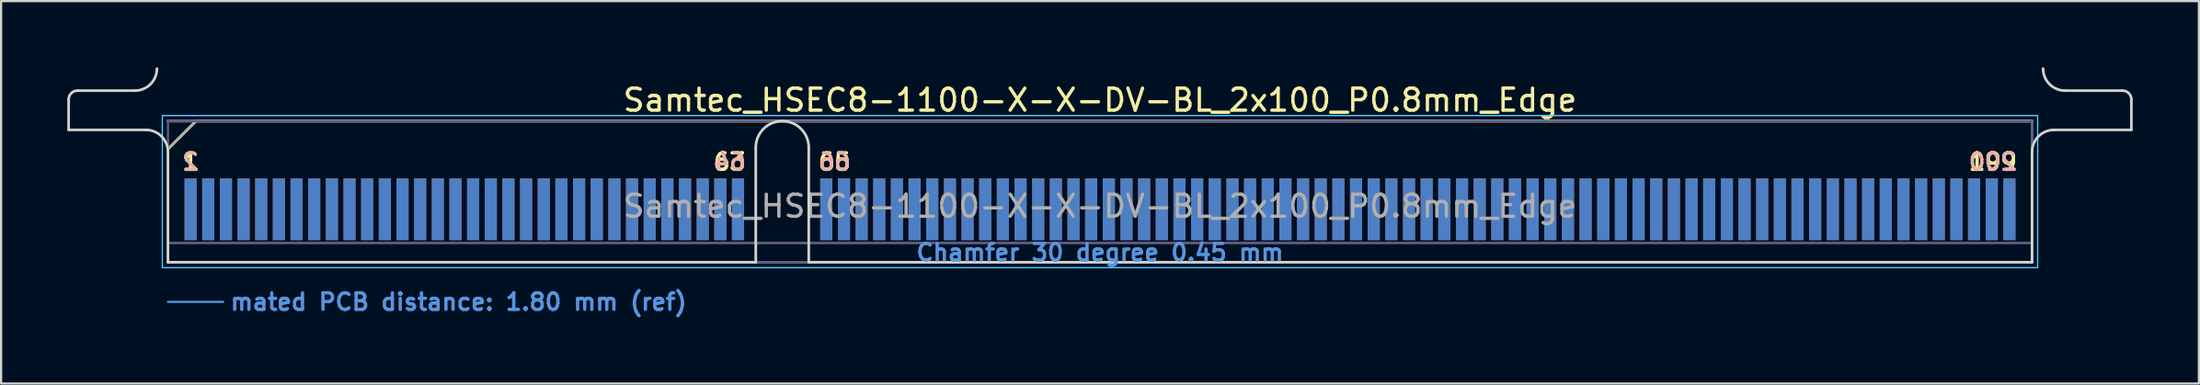
<source format=kicad_pcb>
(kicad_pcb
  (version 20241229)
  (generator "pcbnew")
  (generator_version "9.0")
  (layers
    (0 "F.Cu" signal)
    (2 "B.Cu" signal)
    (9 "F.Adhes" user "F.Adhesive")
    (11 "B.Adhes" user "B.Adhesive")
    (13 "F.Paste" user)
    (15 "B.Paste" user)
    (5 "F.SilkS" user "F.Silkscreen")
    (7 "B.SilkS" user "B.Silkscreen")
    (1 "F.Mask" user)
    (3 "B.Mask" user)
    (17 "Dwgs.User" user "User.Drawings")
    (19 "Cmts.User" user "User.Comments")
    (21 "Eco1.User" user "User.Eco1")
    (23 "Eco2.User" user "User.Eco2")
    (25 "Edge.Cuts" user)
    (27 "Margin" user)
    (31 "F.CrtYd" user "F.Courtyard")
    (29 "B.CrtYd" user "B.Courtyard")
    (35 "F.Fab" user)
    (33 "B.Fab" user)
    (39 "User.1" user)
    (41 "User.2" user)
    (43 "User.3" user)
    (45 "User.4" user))
  (footprint "Samtec_HSEC8-1100-X-X-DV-BL_2x100_P0.8mm_Edge"
    (layer "F.Cu")
    (at 46.785 8.84)
    (property "Reference" "Samtec_HSEC8-1100-X-X-DV-BL_2x100_P0.8mm_Edge" (at 0 -7.35 0) (layer "F.SilkS") (effects (font (size 1 1) (thickness 0.15))))
    (attr exclude_from_pos_files exclude_from_bom)
    (fp_line (start -42.225 -5.13) (end -40.955 -6.4) (stroke (width 0.12) (type solid)) (layer "F.SilkS"))
    (fp_line (start -40.955 -6.4) (end 42.225 -6.4) (stroke (width 0.12) (type solid)) (layer "F.SilkS"))
    (fp_line (start -42.225 -6.4) (end -42.225 -6.4) (stroke (width 0.12) (type solid)) (layer "B.SilkS"))
    (fp_line (start -42.225 -6.4) (end 42.225 -6.4) (stroke (width 0.12) (type solid)) (layer "B.SilkS"))
    (fp_line (start -42.225 1.8) (end -39.725 1.8) (stroke (width 0.1) (type solid)) (layer "Cmts.User"))
    (fp_line (start -46.725 -6) (end -46.725 -7.38) (stroke (width 0.12) (type solid)) (layer "Edge.Cuts"))
    (fp_line (start -46.325 -7.78) (end -43.725 -7.78) (stroke (width 0.12) (type solid)) (layer "Edge.Cuts"))
    (fp_line (start -43.225 -6) (end -46.725 -6) (stroke (width 0.12) (type solid)) (layer "Edge.Cuts"))
    (fp_line (start -42.225 -5) (end -42.225 0) (stroke (width 0.12) (type solid)) (layer "Edge.Cuts"))
    (fp_line (start -42.225 0) (end -15.595 0) (stroke (width 0.12) (type solid)) (layer "Edge.Cuts"))
    (fp_line (start -15.595 0) (end -15.595 -5.2) (stroke (width 0.12) (type solid)) (layer "Edge.Cuts"))
    (fp_line (start -13.195 -5.2) (end -13.195 0) (stroke (width 0.12) (type solid)) (layer "Edge.Cuts"))
    (fp_line (start -13.195 0) (end 42.225 0) (stroke (width 0.12) (type solid)) (layer "Edge.Cuts"))
    (fp_line (start 42.225 0) (end 42.225 -5) (stroke (width 0.12) (type solid)) (layer "Edge.Cuts"))
    (fp_line (start 43.225 -6) (end 46.725 -6) (stroke (width 0.12) (type solid)) (layer "Edge.Cuts"))
    (fp_line (start 46.325 -7.78) (end 43.725 -7.78) (stroke (width 0.12) (type solid)) (layer "Edge.Cuts"))
    (fp_line (start 46.725 -6) (end 46.725 -7.38) (stroke (width 0.12) (type solid)) (layer "Edge.Cuts"))
    (fp_arc (start -46.725 -7.38) (mid -46.607843 -7.662843) (end -46.325 -7.78) (stroke (width 0.12) (type solid)) (layer "Edge.Cuts"))
    (fp_arc (start -43.225 -6) (mid -42.517893 -5.707107) (end -42.225 -5) (stroke (width 0.12) (type solid)) (layer "Edge.Cuts"))
    (fp_arc (start -42.725 -8.78) (mid -43.017893 -8.072893) (end -43.725 -7.78) (stroke (width 0.12) (type solid)) (layer "Edge.Cuts"))
    (fp_arc (start -15.595 -5.2) (mid -14.395 -6.4) (end -13.195 -5.2) (stroke (width 0.12) (type solid)) (layer "Edge.Cuts"))
    (fp_arc (start 42.225 -5) (mid 42.517893 -5.707107) (end 43.225 -6) (stroke (width 0.12) (type solid)) (layer "Edge.Cuts"))
    (fp_arc (start 43.725 -7.78) (mid 43.017893 -8.072893) (end 42.725 -8.78) (stroke (width 0.12) (type solid)) (layer "Edge.Cuts"))
    (fp_arc (start 46.325 -7.78) (mid 46.607843 -7.662843) (end 46.725 -7.38) (stroke (width 0.12) (type solid)) (layer "Edge.Cuts"))
    (fp_line (start -42.48 -6.65) (end -42.48 0.25) (stroke (width 0.05) (type solid)) (layer "B.CrtYd"))
    (fp_line (start -42.48 0.25) (end 42.48 0.25) (stroke (width 0.05) (type solid)) (layer "B.CrtYd"))
    (fp_line (start 42.48 -6.65) (end -42.48 -6.65) (stroke (width 0.05) (type solid)) (layer "B.CrtYd"))
    (fp_line (start 42.48 0.25) (end 42.48 -6.65) (stroke (width 0.05) (type solid)) (layer "B.CrtYd"))
    (fp_line (start -42.48 -6.65) (end -42.48 0.25) (stroke (width 0.05) (type solid)) (layer "F.CrtYd"))
    (fp_line (start -42.48 0.25) (end 42.48 0.25) (stroke (width 0.05) (type solid)) (layer "F.CrtYd"))
    (fp_line (start 42.48 -6.65) (end -42.48 -6.65) (stroke (width 0.05) (type solid)) (layer "F.CrtYd"))
    (fp_line (start 42.48 0.25) (end 42.48 -6.65) (stroke (width 0.05) (type solid)) (layer "F.CrtYd"))
    (fp_line (start -42.225 -6.4) (end -42.225 -6.4) (stroke (width 0.1) (type solid)) (layer "B.Fab"))
    (fp_line (start -42.225 -6.4) (end -42.225 0) (stroke (width 0.1) (type solid)) (layer "B.Fab"))
    (fp_line (start -42.225 -6.4) (end 42.225 -6.4) (stroke (width 0.1) (type solid)) (layer "B.Fab"))
    (fp_line (start -42.225 -0.88) (end 42.225 -0.88) (stroke (width 0.1) (type solid)) (layer "B.Fab"))
    (fp_line (start -42.225 0) (end 42.225 0) (stroke (width 0.1) (type solid)) (layer "B.Fab"))
    (fp_line (start 42.225 -6.4) (end 42.225 0) (stroke (width 0.1) (type solid)) (layer "B.Fab"))
    (fp_line (start -42.225 -5.13) (end -42.225 0) (stroke (width 0.1) (type solid)) (layer "F.Fab"))
    (fp_line (start -42.225 -5.13) (end -40.955 -6.4) (stroke (width 0.1) (type solid)) (layer "F.Fab"))
    (fp_line (start -42.225 -0.88) (end 42.225 -0.88) (stroke (width 0.1) (type solid)) (layer "F.Fab"))
    (fp_line (start -42.225 0) (end 42.225 0) (stroke (width 0.1) (type solid)) (layer "F.Fab"))
    (fp_line (start -40.955 -6.4) (end 42.225 -6.4) (stroke (width 0.1) (type solid)) (layer "F.Fab"))
    (fp_line (start 42.225 -6.4) (end 42.225 0) (stroke (width 0.1) (type solid)) (layer "F.Fab"))
    (fp_text user "63" (at -16.775 -4.55 0) (layer "F.SilkS") (effects (font (size 0.75 0.75) (thickness 0.15))))
    (fp_text user "65" (at -12.025 -4.55 0) (layer "F.SilkS") (effects (font (size 0.75 0.75) (thickness 0.15))))
    (fp_text user "199" (at 40.45 -4.55 0) (layer "F.SilkS") (effects (font (size 0.75 0.75) (thickness 0.15))))
    (fp_text user "1" (at -41.2 -4.55 0) (layer "F.SilkS") (effects (font (size 0.75 0.75) (thickness 0.15))))
    (fp_text user "2" (at -41.2 -4.55 0) (layer "B.SilkS") (effects (font (size 0.75 0.75) (thickness 0.15)) (justify mirror)))
    (fp_text user "64" (at -16.775 -4.55 0) (layer "B.SilkS") (effects (font (size 0.75 0.75) (thickness 0.15)) (justify mirror)))
    (fp_text user "66" (at -12.025 -4.55 0) (layer "B.SilkS") (effects (font (size 0.75 0.75) (thickness 0.15)) (justify mirror)))
    (fp_text user "200" (at 40.45 -4.55 0) (layer "B.SilkS") (effects (font (size 0.75 0.75) (thickness 0.15)) (justify mirror)))
    (fp_text user "mated PCB distance: 1.80 mm (ref)" (at -39.48 1.8 0) (layer "Cmts.User") (effects (font (size 0.75 0.75) (thickness 0.15)) (justify left)))
    (fp_text user "Chamfer 30 degree 0.45 mm" (at 0 -0.44 0) (layer "Cmts.User") (effects (font (size 0.75 0.75) (thickness 0.15))))
    (fp_text user "${REFERENCE}" (at 0 -2.54 0) (layer "F.Fab") (effects (font (size 1 1) (thickness 0.15))))
    (pad "1" connect rect (at -41.2 -2.4) (size 0.55 2.8) (layers "F.Cu" "F.Mask"))
    (pad "2" connect rect (at -41.2 -2.4) (size 0.55 2.8) (layers "B.Cu" "B.Mask"))
    (pad "3" connect rect (at -40.4 -2.4) (size 0.55 2.8) (layers "F.Cu" "F.Mask"))
    (pad "4" connect rect (at -40.4 -2.4) (size 0.55 2.8) (layers "B.Cu" "B.Mask"))
    (pad "5" connect rect (at -39.6 -2.4) (size 0.55 2.8) (layers "F.Cu" "F.Mask"))
    (pad "6" connect rect (at -39.6 -2.4) (size 0.55 2.8) (layers "B.Cu" "B.Mask"))
    (pad "7" connect rect (at -38.8 -2.4) (size 0.55 2.8) (layers "F.Cu" "F.Mask"))
    (pad "8" connect rect (at -38.8 -2.4) (size 0.55 2.8) (layers "B.Cu" "B.Mask"))
    (pad "9" connect rect (at -38 -2.4) (size 0.55 2.8) (layers "F.Cu" "F.Mask"))
    (pad "10" connect rect (at -38 -2.4) (size 0.55 2.8) (layers "B.Cu" "B.Mask"))
    (pad "11" connect rect (at -37.2 -2.4) (size 0.55 2.8) (layers "F.Cu" "F.Mask"))
    (pad "12" connect rect (at -37.2 -2.4) (size 0.55 2.8) (layers "B.Cu" "B.Mask"))
    (pad "13" connect rect (at -36.4 -2.4) (size 0.55 2.8) (layers "F.Cu" "F.Mask"))
    (pad "14" connect rect (at -36.4 -2.4) (size 0.55 2.8) (layers "B.Cu" "B.Mask"))
    (pad "15" connect rect (at -35.6 -2.4) (size 0.55 2.8) (layers "F.Cu" "F.Mask"))
    (pad "16" connect rect (at -35.6 -2.4) (size 0.55 2.8) (layers "B.Cu" "B.Mask"))
    (pad "17" connect rect (at -34.8 -2.4) (size 0.55 2.8) (layers "F.Cu" "F.Mask"))
    (pad "18" connect rect (at -34.8 -2.4) (size 0.55 2.8) (layers "B.Cu" "B.Mask"))
    (pad "19" connect rect (at -34 -2.4) (size 0.55 2.8) (layers "F.Cu" "F.Mask"))
    (pad "20" connect rect (at -34 -2.4) (size 0.55 2.8) (layers "B.Cu" "B.Mask"))
    (pad "21" connect rect (at -33.2 -2.4) (size 0.55 2.8) (layers "F.Cu" "F.Mask"))
    (pad "22" connect rect (at -33.2 -2.4) (size 0.55 2.8) (layers "B.Cu" "B.Mask"))
    (pad "23" connect rect (at -32.4 -2.4) (size 0.55 2.8) (layers "F.Cu" "F.Mask"))
    (pad "24" connect rect (at -32.4 -2.4) (size 0.55 2.8) (layers "B.Cu" "B.Mask"))
    (pad "25" connect rect (at -31.6 -2.4) (size 0.55 2.8) (layers "F.Cu" "F.Mask"))
    (pad "26" connect rect (at -31.6 -2.4) (size 0.55 2.8) (layers "B.Cu" "B.Mask"))
    (pad "27" connect rect (at -30.8 -2.4) (size 0.55 2.8) (layers "F.Cu" "F.Mask"))
    (pad "28" connect rect (at -30.8 -2.4) (size 0.55 2.8) (layers "B.Cu" "B.Mask"))
    (pad "29" connect rect (at -30 -2.4) (size 0.55 2.8) (layers "F.Cu" "F.Mask"))
    (pad "30" connect rect (at -30 -2.4) (size 0.55 2.8) (layers "B.Cu" "B.Mask"))
    (pad "31" connect rect (at -29.2 -2.4) (size 0.55 2.8) (layers "F.Cu" "F.Mask"))
    (pad "32" connect rect (at -29.2 -2.4) (size 0.55 2.8) (layers "B.Cu" "B.Mask"))
    (pad "33" connect rect (at -28.4 -2.4) (size 0.55 2.8) (layers "F.Cu" "F.Mask"))
    (pad "34" connect rect (at -28.4 -2.4) (size 0.55 2.8) (layers "B.Cu" "B.Mask"))
    (pad "35" connect rect (at -27.6 -2.4) (size 0.55 2.8) (layers "F.Cu" "F.Mask"))
    (pad "36" connect rect (at -27.6 -2.4) (size 0.55 2.8) (layers "B.Cu" "B.Mask"))
    (pad "37" connect rect (at -26.8 -2.4) (size 0.55 2.8) (layers "F.Cu" "F.Mask"))
    (pad "38" connect rect (at -26.8 -2.4) (size 0.55 2.8) (layers "B.Cu" "B.Mask"))
    (pad "39" connect rect (at -26 -2.4) (size 0.55 2.8) (layers "F.Cu" "F.Mask"))
    (pad "40" connect rect (at -26 -2.4) (size 0.55 2.8) (layers "B.Cu" "B.Mask"))
    (pad "41" connect rect (at -25.2 -2.4) (size 0.55 2.8) (layers "F.Cu" "F.Mask"))
    (pad "42" connect rect (at -25.2 -2.4) (size 0.55 2.8) (layers "B.Cu" "B.Mask"))
    (pad "43" connect rect (at -24.4 -2.4) (size 0.55 2.8) (layers "F.Cu" "F.Mask"))
    (pad "44" connect rect (at -24.4 -2.4) (size 0.55 2.8) (layers "B.Cu" "B.Mask"))
    (pad "45" connect rect (at -23.6 -2.4) (size 0.55 2.8) (layers "F.Cu" "F.Mask"))
    (pad "46" connect rect (at -23.6 -2.4) (size 0.55 2.8) (layers "B.Cu" "B.Mask"))
    (pad "47" connect rect (at -22.8 -2.4) (size 0.55 2.8) (layers "F.Cu" "F.Mask"))
    (pad "48" connect rect (at -22.8 -2.4) (size 0.55 2.8) (layers "B.Cu" "B.Mask"))
    (pad "49" connect rect (at -22 -2.4) (size 0.55 2.8) (layers "F.Cu" "F.Mask"))
    (pad "50" connect rect (at -22 -2.4) (size 0.55 2.8) (layers "B.Cu" "B.Mask"))
    (pad "51" connect rect (at -21.2 -2.4) (size 0.55 2.8) (layers "F.Cu" "F.Mask"))
    (pad "52" connect rect (at -21.2 -2.4) (size 0.55 2.8) (layers "B.Cu" "B.Mask"))
    (pad "53" connect rect (at -20.4 -2.4) (size 0.55 2.8) (layers "F.Cu" "F.Mask"))
    (pad "54" connect rect (at -20.4 -2.4) (size 0.55 2.8) (layers "B.Cu" "B.Mask"))
    (pad "55" connect rect (at -19.6 -2.4) (size 0.55 2.8) (layers "F.Cu" "F.Mask"))
    (pad "56" connect rect (at -19.6 -2.4) (size 0.55 2.8) (layers "B.Cu" "B.Mask"))
    (pad "57" connect rect (at -18.8 -2.4) (size 0.55 2.8) (layers "F.Cu" "F.Mask"))
    (pad "58" connect rect (at -18.8 -2.4) (size 0.55 2.8) (layers "B.Cu" "B.Mask"))
    (pad "59" connect rect (at -18 -2.4) (size 0.55 2.8) (layers "F.Cu" "F.Mask"))
    (pad "60" connect rect (at -18 -2.4) (size 0.55 2.8) (layers "B.Cu" "B.Mask"))
    (pad "61" connect rect (at -17.2 -2.4) (size 0.55 2.8) (layers "F.Cu" "F.Mask"))
    (pad "62" connect rect (at -17.2 -2.4) (size 0.55 2.8) (layers "B.Cu" "B.Mask"))
    (pad "63" connect rect (at -16.4 -2.4) (size 0.55 2.8) (layers "F.Cu" "F.Mask"))
    (pad "64" connect rect (at -16.4 -2.4) (size 0.55 2.8) (layers "B.Cu" "B.Mask"))
    (pad "65" connect rect (at -12.4 -2.4) (size 0.55 2.8) (layers "F.Cu" "F.Mask"))
    (pad "66" connect rect (at -12.4 -2.4) (size 0.55 2.8) (layers "B.Cu" "B.Mask"))
    (pad "67" connect rect (at -11.6 -2.4) (size 0.55 2.8) (layers "F.Cu" "F.Mask"))
    (pad "68" connect rect (at -11.6 -2.4) (size 0.55 2.8) (layers "B.Cu" "B.Mask"))
    (pad "69" connect rect (at -10.8 -2.4) (size 0.55 2.8) (layers "F.Cu" "F.Mask"))
    (pad "70" connect rect (at -10.8 -2.4) (size 0.55 2.8) (layers "B.Cu" "B.Mask"))
    (pad "71" connect rect (at -10 -2.4) (size 0.55 2.8) (layers "F.Cu" "F.Mask"))
    (pad "72" connect rect (at -10 -2.4) (size 0.55 2.8) (layers "B.Cu" "B.Mask"))
    (pad "73" connect rect (at -9.2 -2.4) (size 0.55 2.8) (layers "F.Cu" "F.Mask"))
    (pad "74" connect rect (at -9.2 -2.4) (size 0.55 2.8) (layers "B.Cu" "B.Mask"))
    (pad "75" connect rect (at -8.4 -2.4) (size 0.55 2.8) (layers "F.Cu" "F.Mask"))
    (pad "76" connect rect (at -8.4 -2.4) (size 0.55 2.8) (layers "B.Cu" "B.Mask"))
    (pad "77" connect rect (at -7.6 -2.4) (size 0.55 2.8) (layers "F.Cu" "F.Mask"))
    (pad "78" connect rect (at -7.6 -2.4) (size 0.55 2.8) (layers "B.Cu" "B.Mask"))
    (pad "79" connect rect (at -6.8 -2.4) (size 0.55 2.8) (layers "F.Cu" "F.Mask"))
    (pad "80" connect rect (at -6.8 -2.4) (size 0.55 2.8) (layers "B.Cu" "B.Mask"))
    (pad "81" connect rect (at -6 -2.4) (size 0.55 2.8) (layers "F.Cu" "F.Mask"))
    (pad "82" connect rect (at -6 -2.4) (size 0.55 2.8) (layers "B.Cu" "B.Mask"))
    (pad "83" connect rect (at -5.2 -2.4) (size 0.55 2.8) (layers "F.Cu" "F.Mask"))
    (pad "84" connect rect (at -5.2 -2.4) (size 0.55 2.8) (layers "B.Cu" "B.Mask"))
    (pad "85" connect rect (at -4.4 -2.4) (size 0.55 2.8) (layers "F.Cu" "F.Mask"))
    (pad "86" connect rect (at -4.4 -2.4) (size 0.55 2.8) (layers "B.Cu" "B.Mask"))
    (pad "87" connect rect (at -3.6 -2.4) (size 0.55 2.8) (layers "F.Cu" "F.Mask"))
    (pad "88" connect rect (at -3.6 -2.4) (size 0.55 2.8) (layers "B.Cu" "B.Mask"))
    (pad "89" connect rect (at -2.8 -2.4) (size 0.55 2.8) (layers "F.Cu" "F.Mask"))
    (pad "90" connect rect (at -2.8 -2.4) (size 0.55 2.8) (layers "B.Cu" "B.Mask"))
    (pad "91" connect rect (at -2 -2.4) (size 0.55 2.8) (layers "F.Cu" "F.Mask"))
    (pad "92" connect rect (at -2 -2.4) (size 0.55 2.8) (layers "B.Cu" "B.Mask"))
    (pad "93" connect rect (at -1.2 -2.4) (size 0.55 2.8) (layers "F.Cu" "F.Mask"))
    (pad "94" connect rect (at -1.2 -2.4) (size 0.55 2.8) (layers "B.Cu" "B.Mask"))
    (pad "95" connect rect (at -0.4 -2.4) (size 0.55 2.8) (layers "F.Cu" "F.Mask"))
    (pad "96" connect rect (at -0.4 -2.4) (size 0.55 2.8) (layers "B.Cu" "B.Mask"))
    (pad "97" connect rect (at 0.4 -2.4) (size 0.55 2.8) (layers "F.Cu" "F.Mask"))
    (pad "98" connect rect (at 0.4 -2.4) (size 0.55 2.8) (layers "B.Cu" "B.Mask"))
    (pad "99" connect rect (at 1.2 -2.4) (size 0.55 2.8) (layers "F.Cu" "F.Mask"))
    (pad "100" connect rect (at 1.2 -2.4) (size 0.55 2.8) (layers "B.Cu" "B.Mask"))
    (pad "101" connect rect (at 2 -2.4) (size 0.55 2.8) (layers "F.Cu" "F.Mask"))
    (pad "102" connect rect (at 2 -2.4) (size 0.55 2.8) (layers "B.Cu" "B.Mask"))
    (pad "103" connect rect (at 2.8 -2.4) (size 0.55 2.8) (layers "F.Cu" "F.Mask"))
    (pad "104" connect rect (at 2.8 -2.4) (size 0.55 2.8) (layers "B.Cu" "B.Mask"))
    (pad "105" connect rect (at 3.6 -2.4) (size 0.55 2.8) (layers "F.Cu" "F.Mask"))
    (pad "106" connect rect (at 3.6 -2.4) (size 0.55 2.8) (layers "B.Cu" "B.Mask"))
    (pad "107" connect rect (at 4.4 -2.4) (size 0.55 2.8) (layers "F.Cu" "F.Mask"))
    (pad "108" connect rect (at 4.4 -2.4) (size 0.55 2.8) (layers "B.Cu" "B.Mask"))
    (pad "109" connect rect (at 5.2 -2.4) (size 0.55 2.8) (layers "F.Cu" "F.Mask"))
    (pad "110" connect rect (at 5.2 -2.4) (size 0.55 2.8) (layers "B.Cu" "B.Mask"))
    (pad "111" connect rect (at 6 -2.4) (size 0.55 2.8) (layers "F.Cu" "F.Mask"))
    (pad "112" connect rect (at 6 -2.4) (size 0.55 2.8) (layers "B.Cu" "B.Mask"))
    (pad "113" connect rect (at 6.8 -2.4) (size 0.55 2.8) (layers "F.Cu" "F.Mask"))
    (pad "114" connect rect (at 6.8 -2.4) (size 0.55 2.8) (layers "B.Cu" "B.Mask"))
    (pad "115" connect rect (at 7.6 -2.4) (size 0.55 2.8) (layers "F.Cu" "F.Mask"))
    (pad "116" connect rect (at 7.6 -2.4) (size 0.55 2.8) (layers "B.Cu" "B.Mask"))
    (pad "117" connect rect (at 8.4 -2.4) (size 0.55 2.8) (layers "F.Cu" "F.Mask"))
    (pad "118" connect rect (at 8.4 -2.4) (size 0.55 2.8) (layers "B.Cu" "B.Mask"))
    (pad "119" connect rect (at 9.2 -2.4) (size 0.55 2.8) (layers "F.Cu" "F.Mask"))
    (pad "120" connect rect (at 9.2 -2.4) (size 0.55 2.8) (layers "B.Cu" "B.Mask"))
    (pad "121" connect rect (at 10 -2.4) (size 0.55 2.8) (layers "F.Cu" "F.Mask"))
    (pad "122" connect rect (at 10 -2.4) (size 0.55 2.8) (layers "B.Cu" "B.Mask"))
    (pad "123" connect rect (at 10.8 -2.4) (size 0.55 2.8) (layers "F.Cu" "F.Mask"))
    (pad "124" connect rect (at 10.8 -2.4) (size 0.55 2.8) (layers "B.Cu" "B.Mask"))
    (pad "125" connect rect (at 11.6 -2.4) (size 0.55 2.8) (layers "F.Cu" "F.Mask"))
    (pad "126" connect rect (at 11.6 -2.4) (size 0.55 2.8) (layers "B.Cu" "B.Mask"))
    (pad "127" connect rect (at 12.4 -2.4) (size 0.55 2.8) (layers "F.Cu" "F.Mask"))
    (pad "128" connect rect (at 12.4 -2.4) (size 0.55 2.8) (layers "B.Cu" "B.Mask"))
    (pad "129" connect rect (at 13.2 -2.4) (size 0.55 2.8) (layers "F.Cu" "F.Mask"))
    (pad "130" connect rect (at 13.2 -2.4) (size 0.55 2.8) (layers "B.Cu" "B.Mask"))
    (pad "131" connect rect (at 14 -2.4) (size 0.55 2.8) (layers "F.Cu" "F.Mask"))
    (pad "132" connect rect (at 14 -2.4) (size 0.55 2.8) (layers "B.Cu" "B.Mask"))
    (pad "133" connect rect (at 14.8 -2.4) (size 0.55 2.8) (layers "F.Cu" "F.Mask"))
    (pad "134" connect rect (at 14.8 -2.4) (size 0.55 2.8) (layers "B.Cu" "B.Mask"))
    (pad "135" connect rect (at 15.6 -2.4) (size 0.55 2.8) (layers "F.Cu" "F.Mask"))
    (pad "136" connect rect (at 15.6 -2.4) (size 0.55 2.8) (layers "B.Cu" "B.Mask"))
    (pad "137" connect rect (at 16.4 -2.4) (size 0.55 2.8) (layers "F.Cu" "F.Mask"))
    (pad "138" connect rect (at 16.4 -2.4) (size 0.55 2.8) (layers "B.Cu" "B.Mask"))
    (pad "139" connect rect (at 17.2 -2.4) (size 0.55 2.8) (layers "F.Cu" "F.Mask"))
    (pad "140" connect rect (at 17.2 -2.4) (size 0.55 2.8) (layers "B.Cu" "B.Mask"))
    (pad "141" connect rect (at 18 -2.4) (size 0.55 2.8) (layers "F.Cu" "F.Mask"))
    (pad "142" connect rect (at 18 -2.4) (size 0.55 2.8) (layers "B.Cu" "B.Mask"))
    (pad "143" connect rect (at 18.8 -2.4) (size 0.55 2.8) (layers "F.Cu" "F.Mask"))
    (pad "144" connect rect (at 18.8 -2.4) (size 0.55 2.8) (layers "B.Cu" "B.Mask"))
    (pad "145" connect rect (at 19.6 -2.4) (size 0.55 2.8) (layers "F.Cu" "F.Mask"))
    (pad "146" connect rect (at 19.6 -2.4) (size 0.55 2.8) (layers "B.Cu" "B.Mask"))
    (pad "147" connect rect (at 20.4 -2.4) (size 0.55 2.8) (layers "F.Cu" "F.Mask"))
    (pad "148" connect rect (at 20.4 -2.4) (size 0.55 2.8) (layers "B.Cu" "B.Mask"))
    (pad "149" connect rect (at 21.2 -2.4) (size 0.55 2.8) (layers "F.Cu" "F.Mask"))
    (pad "150" connect rect (at 21.2 -2.4) (size 0.55 2.8) (layers "B.Cu" "B.Mask"))
    (pad "151" connect rect (at 22 -2.4) (size 0.55 2.8) (layers "F.Cu" "F.Mask"))
    (pad "152" connect rect (at 22 -2.4) (size 0.55 2.8) (layers "B.Cu" "B.Mask"))
    (pad "153" connect rect (at 22.8 -2.4) (size 0.55 2.8) (layers "F.Cu" "F.Mask"))
    (pad "154" connect rect (at 22.8 -2.4) (size 0.55 2.8) (layers "B.Cu" "B.Mask"))
    (pad "155" connect rect (at 23.6 -2.4) (size 0.55 2.8) (layers "F.Cu" "F.Mask"))
    (pad "156" connect rect (at 23.6 -2.4) (size 0.55 2.8) (layers "B.Cu" "B.Mask"))
    (pad "157" connect rect (at 24.4 -2.4) (size 0.55 2.8) (layers "F.Cu" "F.Mask"))
    (pad "158" connect rect (at 24.4 -2.4) (size 0.55 2.8) (layers "B.Cu" "B.Mask"))
    (pad "159" connect rect (at 25.2 -2.4) (size 0.55 2.8) (layers "F.Cu" "F.Mask"))
    (pad "160" connect rect (at 25.2 -2.4) (size 0.55 2.8) (layers "B.Cu" "B.Mask"))
    (pad "161" connect rect (at 26 -2.4) (size 0.55 2.8) (layers "F.Cu" "F.Mask"))
    (pad "162" connect rect (at 26 -2.4) (size 0.55 2.8) (layers "B.Cu" "B.Mask"))
    (pad "163" connect rect (at 26.8 -2.4) (size 0.55 2.8) (layers "F.Cu" "F.Mask"))
    (pad "164" connect rect (at 26.8 -2.4) (size 0.55 2.8) (layers "B.Cu" "B.Mask"))
    (pad "165" connect rect (at 27.6 -2.4) (size 0.55 2.8) (layers "F.Cu" "F.Mask"))
    (pad "166" connect rect (at 27.6 -2.4) (size 0.55 2.8) (layers "B.Cu" "B.Mask"))
    (pad "167" connect rect (at 28.4 -2.4) (size 0.55 2.8) (layers "F.Cu" "F.Mask"))
    (pad "168" connect rect (at 28.4 -2.4) (size 0.55 2.8) (layers "B.Cu" "B.Mask"))
    (pad "169" connect rect (at 29.2 -2.4) (size 0.55 2.8) (layers "F.Cu" "F.Mask"))
    (pad "170" connect rect (at 29.2 -2.4) (size 0.55 2.8) (layers "B.Cu" "B.Mask"))
    (pad "171" connect rect (at 30 -2.4) (size 0.55 2.8) (layers "F.Cu" "F.Mask"))
    (pad "172" connect rect (at 30 -2.4) (size 0.55 2.8) (layers "B.Cu" "B.Mask"))
    (pad "173" connect rect (at 30.8 -2.4) (size 0.55 2.8) (layers "F.Cu" "F.Mask"))
    (pad "174" connect rect (at 30.8 -2.4) (size 0.55 2.8) (layers "B.Cu" "B.Mask"))
    (pad "175" connect rect (at 31.6 -2.4) (size 0.55 2.8) (layers "F.Cu" "F.Mask"))
    (pad "176" connect rect (at 31.6 -2.4) (size 0.55 2.8) (layers "B.Cu" "B.Mask"))
    (pad "177" connect rect (at 32.4 -2.4) (size 0.55 2.8) (layers "F.Cu" "F.Mask"))
    (pad "178" connect rect (at 32.4 -2.4) (size 0.55 2.8) (layers "B.Cu" "B.Mask"))
    (pad "179" connect rect (at 33.2 -2.4) (size 0.55 2.8) (layers "F.Cu" "F.Mask"))
    (pad "180" connect rect (at 33.2 -2.4) (size 0.55 2.8) (layers "B.Cu" "B.Mask"))
    (pad "181" connect rect (at 34 -2.4) (size 0.55 2.8) (layers "F.Cu" "F.Mask"))
    (pad "182" connect rect (at 34 -2.4) (size 0.55 2.8) (layers "B.Cu" "B.Mask"))
    (pad "183" connect rect (at 34.8 -2.4) (size 0.55 2.8) (layers "F.Cu" "F.Mask"))
    (pad "184" connect rect (at 34.8 -2.4) (size 0.55 2.8) (layers "B.Cu" "B.Mask"))
    (pad "185" connect rect (at 35.6 -2.4) (size 0.55 2.8) (layers "F.Cu" "F.Mask"))
    (pad "186" connect rect (at 35.6 -2.4) (size 0.55 2.8) (layers "B.Cu" "B.Mask"))
    (pad "187" connect rect (at 36.4 -2.4) (size 0.55 2.8) (layers "F.Cu" "F.Mask"))
    (pad "188" connect rect (at 36.4 -2.4) (size 0.55 2.8) (layers "B.Cu" "B.Mask"))
    (pad "189" connect rect (at 37.2 -2.4) (size 0.55 2.8) (layers "F.Cu" "F.Mask"))
    (pad "190" connect rect (at 37.2 -2.4) (size 0.55 2.8) (layers "B.Cu" "B.Mask"))
    (pad "191" connect rect (at 38 -2.4) (size 0.55 2.8) (layers "F.Cu" "F.Mask"))
    (pad "192" connect rect (at 38 -2.4) (size 0.55 2.8) (layers "B.Cu" "B.Mask"))
    (pad "193" connect rect (at 38.8 -2.4) (size 0.55 2.8) (layers "F.Cu" "F.Mask"))
    (pad "194" connect rect (at 38.8 -2.4) (size 0.55 2.8) (layers "B.Cu" "B.Mask"))
    (pad "195" connect rect (at 39.6 -2.4) (size 0.55 2.8) (layers "F.Cu" "F.Mask"))
    (pad "196" connect rect (at 39.6 -2.4) (size 0.55 2.8) (layers "B.Cu" "B.Mask"))
    (pad "197" connect rect (at 40.4 -2.4) (size 0.55 2.8) (layers "F.Cu" "F.Mask"))
    (pad "198" connect rect (at 40.4 -2.4) (size 0.55 2.8) (layers "B.Cu" "B.Mask"))
    (pad "199" connect rect (at 41.2 -2.4) (size 0.55 2.8) (layers "F.Cu" "F.Mask"))
    (pad "200" connect rect (at 41.2 -2.4) (size 0.55 2.8) (layers "B.Cu" "B.Mask")))
  (gr_rect
    (start -3 -3)
    (end 96.57 14.342)
    (stroke (width 0.1) (type default))
    (fill no)
    (layer "Edge.Cuts")))
</source>
